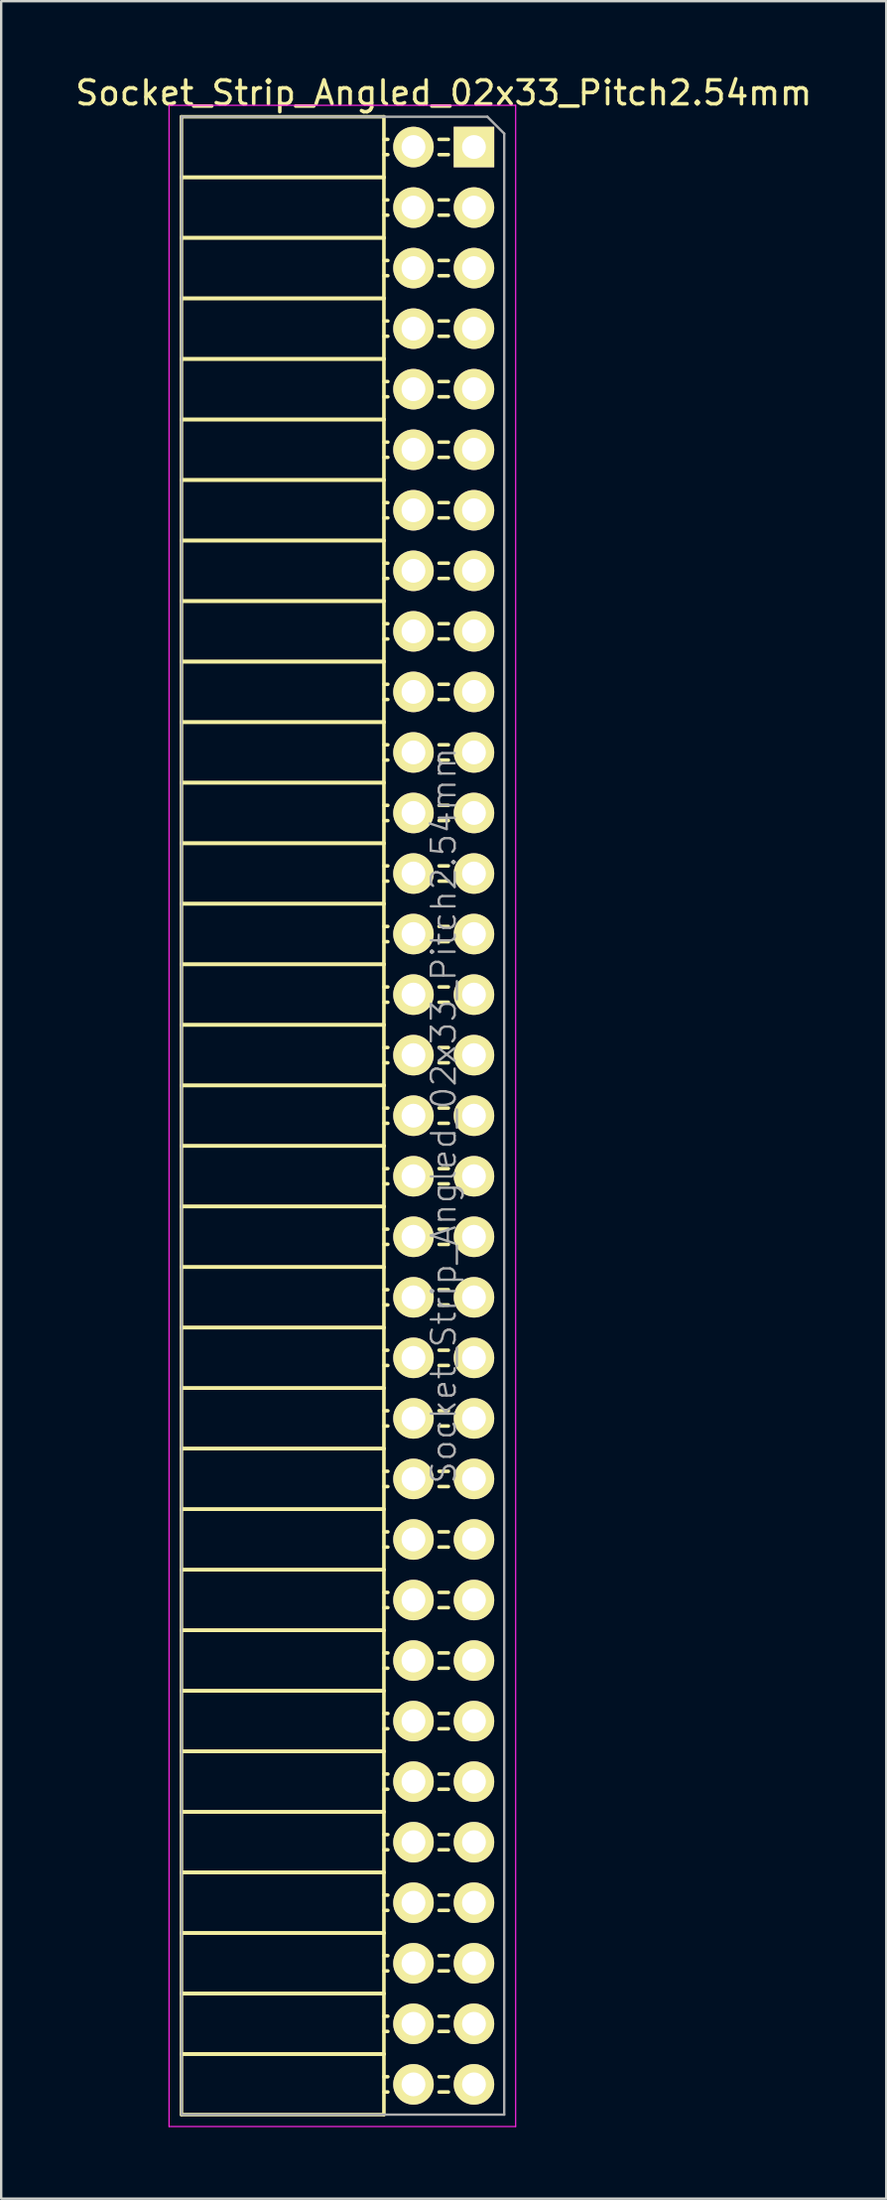
<source format=kicad_pcb>
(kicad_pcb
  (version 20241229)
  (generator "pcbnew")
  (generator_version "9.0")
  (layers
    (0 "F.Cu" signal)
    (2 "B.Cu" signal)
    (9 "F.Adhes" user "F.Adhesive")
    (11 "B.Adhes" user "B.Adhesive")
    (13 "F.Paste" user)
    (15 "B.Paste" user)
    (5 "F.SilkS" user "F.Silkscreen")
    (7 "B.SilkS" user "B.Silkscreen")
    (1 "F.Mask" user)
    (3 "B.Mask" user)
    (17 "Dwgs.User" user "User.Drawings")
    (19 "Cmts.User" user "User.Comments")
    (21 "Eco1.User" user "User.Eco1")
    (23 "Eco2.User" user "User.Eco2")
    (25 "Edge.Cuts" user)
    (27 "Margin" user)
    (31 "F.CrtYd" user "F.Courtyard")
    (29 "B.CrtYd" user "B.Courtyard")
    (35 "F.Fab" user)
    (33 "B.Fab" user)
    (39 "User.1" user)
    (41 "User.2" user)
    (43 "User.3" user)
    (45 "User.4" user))
  (footprint "Socket_Strip_Angled_02x33_Pitch2.54mm"
    (layer "F.Cu")
    (at 16.847 3.118)
    (property "Reference" "Socket_Strip_Angled_02x33_Pitch2.54mm" (at -1.27 -2.27 0) (layer "F.SilkS") (effects (font (size 1 1) (thickness 0.15))))
    (attr smd)
    (fp_line (start -12.28 -1.27) (end -12.28 1.27) (stroke (width 0.15) (type solid)) (layer "F.SilkS"))
    (fp_line (start -12.28 -1.27) (end -3.78 -1.27) (stroke (width 0.15) (type solid)) (layer "F.SilkS"))
    (fp_line (start -12.28 1.27) (end -12.28 3.81) (stroke (width 0.15) (type solid)) (layer "F.SilkS"))
    (fp_line (start -12.28 1.27) (end -3.78 1.27) (stroke (width 0.15) (type solid)) (layer "F.SilkS"))
    (fp_line (start -12.28 1.27) (end -3.78 1.27) (stroke (width 0.15) (type solid)) (layer "F.SilkS"))
    (fp_line (start -12.28 3.81) (end -12.28 6.35) (stroke (width 0.15) (type solid)) (layer "F.SilkS"))
    (fp_line (start -12.28 3.81) (end -3.78 3.81) (stroke (width 0.15) (type solid)) (layer "F.SilkS"))
    (fp_line (start -12.28 3.81) (end -3.78 3.81) (stroke (width 0.15) (type solid)) (layer "F.SilkS"))
    (fp_line (start -12.28 6.35) (end -12.28 8.89) (stroke (width 0.15) (type solid)) (layer "F.SilkS"))
    (fp_line (start -12.28 6.35) (end -3.78 6.35) (stroke (width 0.15) (type solid)) (layer "F.SilkS"))
    (fp_line (start -12.28 6.35) (end -3.78 6.35) (stroke (width 0.15) (type solid)) (layer "F.SilkS"))
    (fp_line (start -12.28 8.89) (end -12.28 11.43) (stroke (width 0.15) (type solid)) (layer "F.SilkS"))
    (fp_line (start -12.28 8.89) (end -3.78 8.89) (stroke (width 0.15) (type solid)) (layer "F.SilkS"))
    (fp_line (start -12.28 8.89) (end -3.78 8.89) (stroke (width 0.15) (type solid)) (layer "F.SilkS"))
    (fp_line (start -12.28 11.43) (end -12.28 13.97) (stroke (width 0.15) (type solid)) (layer "F.SilkS"))
    (fp_line (start -12.28 11.43) (end -3.78 11.43) (stroke (width 0.15) (type solid)) (layer "F.SilkS"))
    (fp_line (start -12.28 11.43) (end -3.78 11.43) (stroke (width 0.15) (type solid)) (layer "F.SilkS"))
    (fp_line (start -12.28 13.97) (end -12.28 16.51) (stroke (width 0.15) (type solid)) (layer "F.SilkS"))
    (fp_line (start -12.28 13.97) (end -3.78 13.97) (stroke (width 0.15) (type solid)) (layer "F.SilkS"))
    (fp_line (start -12.28 13.97) (end -3.78 13.97) (stroke (width 0.15) (type solid)) (layer "F.SilkS"))
    (fp_line (start -12.28 16.51) (end -12.28 19.05) (stroke (width 0.15) (type solid)) (layer "F.SilkS"))
    (fp_line (start -12.28 16.51) (end -3.78 16.51) (stroke (width 0.15) (type solid)) (layer "F.SilkS"))
    (fp_line (start -12.28 16.51) (end -3.78 16.51) (stroke (width 0.15) (type solid)) (layer "F.SilkS"))
    (fp_line (start -12.28 19.05) (end -12.28 21.59) (stroke (width 0.15) (type solid)) (layer "F.SilkS"))
    (fp_line (start -12.28 19.05) (end -3.78 19.05) (stroke (width 0.15) (type solid)) (layer "F.SilkS"))
    (fp_line (start -12.28 19.05) (end -3.78 19.05) (stroke (width 0.15) (type solid)) (layer "F.SilkS"))
    (fp_line (start -12.28 21.59) (end -12.28 24.13) (stroke (width 0.15) (type solid)) (layer "F.SilkS"))
    (fp_line (start -12.28 21.59) (end -3.78 21.59) (stroke (width 0.15) (type solid)) (layer "F.SilkS"))
    (fp_line (start -12.28 21.59) (end -3.78 21.59) (stroke (width 0.15) (type solid)) (layer "F.SilkS"))
    (fp_line (start -12.28 24.13) (end -12.28 26.67) (stroke (width 0.15) (type solid)) (layer "F.SilkS"))
    (fp_line (start -12.28 24.13) (end -3.78 24.13) (stroke (width 0.15) (type solid)) (layer "F.SilkS"))
    (fp_line (start -12.28 24.13) (end -3.78 24.13) (stroke (width 0.15) (type solid)) (layer "F.SilkS"))
    (fp_line (start -12.28 26.67) (end -12.28 29.21) (stroke (width 0.15) (type solid)) (layer "F.SilkS"))
    (fp_line (start -12.28 26.67) (end -3.78 26.67) (stroke (width 0.15) (type solid)) (layer "F.SilkS"))
    (fp_line (start -12.28 26.67) (end -3.78 26.67) (stroke (width 0.15) (type solid)) (layer "F.SilkS"))
    (fp_line (start -12.28 29.21) (end -12.28 31.75) (stroke (width 0.15) (type solid)) (layer "F.SilkS"))
    (fp_line (start -12.28 29.21) (end -3.78 29.21) (stroke (width 0.15) (type solid)) (layer "F.SilkS"))
    (fp_line (start -12.28 29.21) (end -3.78 29.21) (stroke (width 0.15) (type solid)) (layer "F.SilkS"))
    (fp_line (start -12.28 31.75) (end -12.28 34.29) (stroke (width 0.15) (type solid)) (layer "F.SilkS"))
    (fp_line (start -12.28 31.75) (end -3.78 31.75) (stroke (width 0.15) (type solid)) (layer "F.SilkS"))
    (fp_line (start -12.28 31.75) (end -3.78 31.75) (stroke (width 0.15) (type solid)) (layer "F.SilkS"))
    (fp_line (start -12.28 34.29) (end -12.28 36.83) (stroke (width 0.15) (type solid)) (layer "F.SilkS"))
    (fp_line (start -12.28 34.29) (end -3.78 34.29) (stroke (width 0.15) (type solid)) (layer "F.SilkS"))
    (fp_line (start -12.28 34.29) (end -3.78 34.29) (stroke (width 0.15) (type solid)) (layer "F.SilkS"))
    (fp_line (start -12.28 36.83) (end -12.28 39.37) (stroke (width 0.15) (type solid)) (layer "F.SilkS"))
    (fp_line (start -12.28 36.83) (end -3.78 36.83) (stroke (width 0.15) (type solid)) (layer "F.SilkS"))
    (fp_line (start -12.28 36.83) (end -3.78 36.83) (stroke (width 0.15) (type solid)) (layer "F.SilkS"))
    (fp_line (start -12.28 39.37) (end -12.28 41.91) (stroke (width 0.15) (type solid)) (layer "F.SilkS"))
    (fp_line (start -12.28 39.37) (end -3.78 39.37) (stroke (width 0.15) (type solid)) (layer "F.SilkS"))
    (fp_line (start -12.28 39.37) (end -3.78 39.37) (stroke (width 0.15) (type solid)) (layer "F.SilkS"))
    (fp_line (start -12.28 41.91) (end -12.28 44.45) (stroke (width 0.15) (type solid)) (layer "F.SilkS"))
    (fp_line (start -12.28 41.91) (end -3.78 41.91) (stroke (width 0.15) (type solid)) (layer "F.SilkS"))
    (fp_line (start -12.28 41.91) (end -3.78 41.91) (stroke (width 0.15) (type solid)) (layer "F.SilkS"))
    (fp_line (start -12.28 44.45) (end -12.28 46.99) (stroke (width 0.15) (type solid)) (layer "F.SilkS"))
    (fp_line (start -12.28 44.45) (end -3.78 44.45) (stroke (width 0.15) (type solid)) (layer "F.SilkS"))
    (fp_line (start -12.28 44.45) (end -3.78 44.45) (stroke (width 0.15) (type solid)) (layer "F.SilkS"))
    (fp_line (start -12.28 46.99) (end -12.28 49.53) (stroke (width 0.15) (type solid)) (layer "F.SilkS"))
    (fp_line (start -12.28 46.99) (end -3.78 46.99) (stroke (width 0.15) (type solid)) (layer "F.SilkS"))
    (fp_line (start -12.28 46.99) (end -3.78 46.99) (stroke (width 0.15) (type solid)) (layer "F.SilkS"))
    (fp_line (start -12.28 49.53) (end -12.28 52.07) (stroke (width 0.15) (type solid)) (layer "F.SilkS"))
    (fp_line (start -12.28 49.53) (end -3.78 49.53) (stroke (width 0.15) (type solid)) (layer "F.SilkS"))
    (fp_line (start -12.28 49.53) (end -3.78 49.53) (stroke (width 0.15) (type solid)) (layer "F.SilkS"))
    (fp_line (start -12.28 52.07) (end -12.28 54.61) (stroke (width 0.15) (type solid)) (layer "F.SilkS"))
    (fp_line (start -12.28 52.07) (end -3.78 52.07) (stroke (width 0.15) (type solid)) (layer "F.SilkS"))
    (fp_line (start -12.28 52.07) (end -3.78 52.07) (stroke (width 0.15) (type solid)) (layer "F.SilkS"))
    (fp_line (start -12.28 54.61) (end -12.28 57.15) (stroke (width 0.15) (type solid)) (layer "F.SilkS"))
    (fp_line (start -12.28 54.61) (end -3.78 54.61) (stroke (width 0.15) (type solid)) (layer "F.SilkS"))
    (fp_line (start -12.28 54.61) (end -3.78 54.61) (stroke (width 0.15) (type solid)) (layer "F.SilkS"))
    (fp_line (start -12.28 57.15) (end -12.28 59.69) (stroke (width 0.15) (type solid)) (layer "F.SilkS"))
    (fp_line (start -12.28 57.15) (end -3.78 57.15) (stroke (width 0.15) (type solid)) (layer "F.SilkS"))
    (fp_line (start -12.28 57.15) (end -3.78 57.15) (stroke (width 0.15) (type solid)) (layer "F.SilkS"))
    (fp_line (start -12.28 59.69) (end -12.28 62.23) (stroke (width 0.15) (type solid)) (layer "F.SilkS"))
    (fp_line (start -12.28 59.69) (end -3.78 59.69) (stroke (width 0.15) (type solid)) (layer "F.SilkS"))
    (fp_line (start -12.28 59.69) (end -3.78 59.69) (stroke (width 0.15) (type solid)) (layer "F.SilkS"))
    (fp_line (start -12.28 62.23) (end -12.28 64.77) (stroke (width 0.15) (type solid)) (layer "F.SilkS"))
    (fp_line (start -12.28 62.23) (end -3.78 62.23) (stroke (width 0.15) (type solid)) (layer "F.SilkS"))
    (fp_line (start -12.28 62.23) (end -3.78 62.23) (stroke (width 0.15) (type solid)) (layer "F.SilkS"))
    (fp_line (start -12.28 64.77) (end -12.28 67.31) (stroke (width 0.15) (type solid)) (layer "F.SilkS"))
    (fp_line (start -12.28 64.77) (end -3.78 64.77) (stroke (width 0.15) (type solid)) (layer "F.SilkS"))
    (fp_line (start -12.28 64.77) (end -3.78 64.77) (stroke (width 0.15) (type solid)) (layer "F.SilkS"))
    (fp_line (start -12.28 67.31) (end -12.28 69.85) (stroke (width 0.15) (type solid)) (layer "F.SilkS"))
    (fp_line (start -12.28 67.31) (end -3.78 67.31) (stroke (width 0.15) (type solid)) (layer "F.SilkS"))
    (fp_line (start -12.28 67.31) (end -3.78 67.31) (stroke (width 0.15) (type solid)) (layer "F.SilkS"))
    (fp_line (start -12.28 69.85) (end -12.28 72.39) (stroke (width 0.15) (type solid)) (layer "F.SilkS"))
    (fp_line (start -12.28 69.85) (end -3.78 69.85) (stroke (width 0.15) (type solid)) (layer "F.SilkS"))
    (fp_line (start -12.28 69.85) (end -3.78 69.85) (stroke (width 0.15) (type solid)) (layer "F.SilkS"))
    (fp_line (start -12.28 72.39) (end -12.28 74.93) (stroke (width 0.15) (type solid)) (layer "F.SilkS"))
    (fp_line (start -12.28 72.39) (end -3.78 72.39) (stroke (width 0.15) (type solid)) (layer "F.SilkS"))
    (fp_line (start -12.28 72.39) (end -3.78 72.39) (stroke (width 0.15) (type solid)) (layer "F.SilkS"))
    (fp_line (start -12.28 74.93) (end -12.28 77.47) (stroke (width 0.15) (type solid)) (layer "F.SilkS"))
    (fp_line (start -12.28 74.93) (end -3.78 74.93) (stroke (width 0.15) (type solid)) (layer "F.SilkS"))
    (fp_line (start -12.28 74.93) (end -3.78 74.93) (stroke (width 0.15) (type solid)) (layer "F.SilkS"))
    (fp_line (start -12.28 77.47) (end -12.28 80.01) (stroke (width 0.15) (type solid)) (layer "F.SilkS"))
    (fp_line (start -12.28 77.47) (end -3.78 77.47) (stroke (width 0.15) (type solid)) (layer "F.SilkS"))
    (fp_line (start -12.28 77.47) (end -3.78 77.47) (stroke (width 0.15) (type solid)) (layer "F.SilkS"))
    (fp_line (start -12.28 80.01) (end -12.28 82.55) (stroke (width 0.15) (type solid)) (layer "F.SilkS"))
    (fp_line (start -12.28 80.01) (end -3.78 80.01) (stroke (width 0.15) (type solid)) (layer "F.SilkS"))
    (fp_line (start -12.28 80.01) (end -3.78 80.01) (stroke (width 0.15) (type solid)) (layer "F.SilkS"))
    (fp_line (start -12.28 82.55) (end -3.78 82.55) (stroke (width 0.15) (type solid)) (layer "F.SilkS"))
    (fp_line (start -3.78 -1.27) (end -3.78 1.27) (stroke (width 0.15) (type solid)) (layer "F.SilkS"))
    (fp_line (start -3.78 -0.32) (end -3.615 -0.32) (stroke (width 0.15) (type solid)) (layer "F.SilkS"))
    (fp_line (start -3.78 0.32) (end -3.615 0.32) (stroke (width 0.15) (type solid)) (layer "F.SilkS"))
    (fp_line (start -3.78 1.27) (end -3.78 3.81) (stroke (width 0.15) (type solid)) (layer "F.SilkS"))
    (fp_line (start -3.78 2.22) (end -3.615 2.22) (stroke (width 0.15) (type solid)) (layer "F.SilkS"))
    (fp_line (start -3.78 2.86) (end -3.615 2.86) (stroke (width 0.15) (type solid)) (layer "F.SilkS"))
    (fp_line (start -3.78 3.81) (end -3.78 6.35) (stroke (width 0.15) (type solid)) (layer "F.SilkS"))
    (fp_line (start -3.78 4.76) (end -3.615 4.76) (stroke (width 0.15) (type solid)) (layer "F.SilkS"))
    (fp_line (start -3.78 5.4) (end -3.615 5.4) (stroke (width 0.15) (type solid)) (layer "F.SilkS"))
    (fp_line (start -3.78 6.35) (end -3.78 8.89) (stroke (width 0.15) (type solid)) (layer "F.SilkS"))
    (fp_line (start -3.78 7.3) (end -3.615 7.3) (stroke (width 0.15) (type solid)) (layer "F.SilkS"))
    (fp_line (start -3.78 7.94) (end -3.615 7.94) (stroke (width 0.15) (type solid)) (layer "F.SilkS"))
    (fp_line (start -3.78 8.89) (end -3.78 11.43) (stroke (width 0.15) (type solid)) (layer "F.SilkS"))
    (fp_line (start -3.78 9.84) (end -3.615 9.84) (stroke (width 0.15) (type solid)) (layer "F.SilkS"))
    (fp_line (start -3.78 10.48) (end -3.615 10.48) (stroke (width 0.15) (type solid)) (layer "F.SilkS"))
    (fp_line (start -3.78 11.43) (end -3.78 13.97) (stroke (width 0.15) (type solid)) (layer "F.SilkS"))
    (fp_line (start -3.78 12.38) (end -3.615 12.38) (stroke (width 0.15) (type solid)) (layer "F.SilkS"))
    (fp_line (start -3.78 13.02) (end -3.615 13.02) (stroke (width 0.15) (type solid)) (layer "F.SilkS"))
    (fp_line (start -3.78 13.97) (end -3.78 16.51) (stroke (width 0.15) (type solid)) (layer "F.SilkS"))
    (fp_line (start -3.78 14.92) (end -3.615 14.92) (stroke (width 0.15) (type solid)) (layer "F.SilkS"))
    (fp_line (start -3.78 15.56) (end -3.615 15.56) (stroke (width 0.15) (type solid)) (layer "F.SilkS"))
    (fp_line (start -3.78 16.51) (end -3.78 19.05) (stroke (width 0.15) (type solid)) (layer "F.SilkS"))
    (fp_line (start -3.78 17.46) (end -3.615 17.46) (stroke (width 0.15) (type solid)) (layer "F.SilkS"))
    (fp_line (start -3.78 18.1) (end -3.615 18.1) (stroke (width 0.15) (type solid)) (layer "F.SilkS"))
    (fp_line (start -3.78 19.05) (end -3.78 21.59) (stroke (width 0.15) (type solid)) (layer "F.SilkS"))
    (fp_line (start -3.78 20) (end -3.615 20) (stroke (width 0.15) (type solid)) (layer "F.SilkS"))
    (fp_line (start -3.78 20.64) (end -3.615 20.64) (stroke (width 0.15) (type solid)) (layer "F.SilkS"))
    (fp_line (start -3.78 21.59) (end -3.78 24.13) (stroke (width 0.15) (type solid)) (layer "F.SilkS"))
    (fp_line (start -3.78 22.54) (end -3.615 22.54) (stroke (width 0.15) (type solid)) (layer "F.SilkS"))
    (fp_line (start -3.78 23.18) (end -3.615 23.18) (stroke (width 0.15) (type solid)) (layer "F.SilkS"))
    (fp_line (start -3.78 24.13) (end -3.78 26.67) (stroke (width 0.15) (type solid)) (layer "F.SilkS"))
    (fp_line (start -3.78 25.08) (end -3.615 25.08) (stroke (width 0.15) (type solid)) (layer "F.SilkS"))
    (fp_line (start -3.78 25.72) (end -3.615 25.72) (stroke (width 0.15) (type solid)) (layer "F.SilkS"))
    (fp_line (start -3.78 26.67) (end -3.78 29.21) (stroke (width 0.15) (type solid)) (layer "F.SilkS"))
    (fp_line (start -3.78 27.62) (end -3.615 27.62) (stroke (width 0.15) (type solid)) (layer "F.SilkS"))
    (fp_line (start -3.78 28.26) (end -3.615 28.26) (stroke (width 0.15) (type solid)) (layer "F.SilkS"))
    (fp_line (start -3.78 29.21) (end -3.78 31.75) (stroke (width 0.15) (type solid)) (layer "F.SilkS"))
    (fp_line (start -3.78 30.16) (end -3.615 30.16) (stroke (width 0.15) (type solid)) (layer "F.SilkS"))
    (fp_line (start -3.78 30.8) (end -3.615 30.8) (stroke (width 0.15) (type solid)) (layer "F.SilkS"))
    (fp_line (start -3.78 31.75) (end -3.78 34.29) (stroke (width 0.15) (type solid)) (layer "F.SilkS"))
    (fp_line (start -3.78 32.7) (end -3.615 32.7) (stroke (width 0.15) (type solid)) (layer "F.SilkS"))
    (fp_line (start -3.78 33.34) (end -3.615 33.34) (stroke (width 0.15) (type solid)) (layer "F.SilkS"))
    (fp_line (start -3.78 34.29) (end -3.78 36.83) (stroke (width 0.15) (type solid)) (layer "F.SilkS"))
    (fp_line (start -3.78 35.24) (end -3.615 35.24) (stroke (width 0.15) (type solid)) (layer "F.SilkS"))
    (fp_line (start -3.78 35.88) (end -3.615 35.88) (stroke (width 0.15) (type solid)) (layer "F.SilkS"))
    (fp_line (start -3.78 36.83) (end -3.78 39.37) (stroke (width 0.15) (type solid)) (layer "F.SilkS"))
    (fp_line (start -3.78 37.78) (end -3.615 37.78) (stroke (width 0.15) (type solid)) (layer "F.SilkS"))
    (fp_line (start -3.78 38.42) (end -3.615 38.42) (stroke (width 0.15) (type solid)) (layer "F.SilkS"))
    (fp_line (start -3.78 39.37) (end -3.78 41.91) (stroke (width 0.15) (type solid)) (layer "F.SilkS"))
    (fp_line (start -3.78 40.32) (end -3.615 40.32) (stroke (width 0.15) (type solid)) (layer "F.SilkS"))
    (fp_line (start -3.78 40.96) (end -3.615 40.96) (stroke (width 0.15) (type solid)) (layer "F.SilkS"))
    (fp_line (start -3.78 41.91) (end -3.78 44.45) (stroke (width 0.15) (type solid)) (layer "F.SilkS"))
    (fp_line (start -3.78 42.86) (end -3.615 42.86) (stroke (width 0.15) (type solid)) (layer "F.SilkS"))
    (fp_line (start -3.78 43.5) (end -3.615 43.5) (stroke (width 0.15) (type solid)) (layer "F.SilkS"))
    (fp_line (start -3.78 44.45) (end -3.78 46.99) (stroke (width 0.15) (type solid)) (layer "F.SilkS"))
    (fp_line (start -3.78 45.4) (end -3.615 45.4) (stroke (width 0.15) (type solid)) (layer "F.SilkS"))
    (fp_line (start -3.78 46.04) (end -3.615 46.04) (stroke (width 0.15) (type solid)) (layer "F.SilkS"))
    (fp_line (start -3.78 46.99) (end -3.78 49.53) (stroke (width 0.15) (type solid)) (layer "F.SilkS"))
    (fp_line (start -3.78 47.94) (end -3.615 47.94) (stroke (width 0.15) (type solid)) (layer "F.SilkS"))
    (fp_line (start -3.78 48.58) (end -3.615 48.58) (stroke (width 0.15) (type solid)) (layer "F.SilkS"))
    (fp_line (start -3.78 49.53) (end -3.78 52.07) (stroke (width 0.15) (type solid)) (layer "F.SilkS"))
    (fp_line (start -3.78 50.48) (end -3.615 50.48) (stroke (width 0.15) (type solid)) (layer "F.SilkS"))
    (fp_line (start -3.78 51.12) (end -3.615 51.12) (stroke (width 0.15) (type solid)) (layer "F.SilkS"))
    (fp_line (start -3.78 52.07) (end -3.78 54.61) (stroke (width 0.15) (type solid)) (layer "F.SilkS"))
    (fp_line (start -3.78 53.02) (end -3.615 53.02) (stroke (width 0.15) (type solid)) (layer "F.SilkS"))
    (fp_line (start -3.78 53.66) (end -3.615 53.66) (stroke (width 0.15) (type solid)) (layer "F.SilkS"))
    (fp_line (start -3.78 54.61) (end -3.78 57.15) (stroke (width 0.15) (type solid)) (layer "F.SilkS"))
    (fp_line (start -3.78 55.56) (end -3.615 55.56) (stroke (width 0.15) (type solid)) (layer "F.SilkS"))
    (fp_line (start -3.78 56.2) (end -3.615 56.2) (stroke (width 0.15) (type solid)) (layer "F.SilkS"))
    (fp_line (start -3.78 57.15) (end -3.78 59.69) (stroke (width 0.15) (type solid)) (layer "F.SilkS"))
    (fp_line (start -3.78 58.1) (end -3.615 58.1) (stroke (width 0.15) (type solid)) (layer "F.SilkS"))
    (fp_line (start -3.78 58.74) (end -3.615 58.74) (stroke (width 0.15) (type solid)) (layer "F.SilkS"))
    (fp_line (start -3.78 59.69) (end -3.78 62.23) (stroke (width 0.15) (type solid)) (layer "F.SilkS"))
    (fp_line (start -3.78 60.64) (end -3.615 60.64) (stroke (width 0.15) (type solid)) (layer "F.SilkS"))
    (fp_line (start -3.78 61.28) (end -3.615 61.28) (stroke (width 0.15) (type solid)) (layer "F.SilkS"))
    (fp_line (start -3.78 62.23) (end -3.78 64.77) (stroke (width 0.15) (type solid)) (layer "F.SilkS"))
    (fp_line (start -3.78 63.18) (end -3.615 63.18) (stroke (width 0.15) (type solid)) (layer "F.SilkS"))
    (fp_line (start -3.78 63.82) (end -3.615 63.82) (stroke (width 0.15) (type solid)) (layer "F.SilkS"))
    (fp_line (start -3.78 64.77) (end -3.78 67.31) (stroke (width 0.15) (type solid)) (layer "F.SilkS"))
    (fp_line (start -3.78 65.72) (end -3.615 65.72) (stroke (width 0.15) (type solid)) (layer "F.SilkS"))
    (fp_line (start -3.78 66.36) (end -3.615 66.36) (stroke (width 0.15) (type solid)) (layer "F.SilkS"))
    (fp_line (start -3.78 67.31) (end -3.78 69.85) (stroke (width 0.15) (type solid)) (layer "F.SilkS"))
    (fp_line (start -3.78 68.26) (end -3.615 68.26) (stroke (width 0.15) (type solid)) (layer "F.SilkS"))
    (fp_line (start -3.78 68.9) (end -3.615 68.9) (stroke (width 0.15) (type solid)) (layer "F.SilkS"))
    (fp_line (start -3.78 69.85) (end -3.78 72.39) (stroke (width 0.15) (type solid)) (layer "F.SilkS"))
    (fp_line (start -3.78 70.8) (end -3.615 70.8) (stroke (width 0.15) (type solid)) (layer "F.SilkS"))
    (fp_line (start -3.78 71.44) (end -3.615 71.44) (stroke (width 0.15) (type solid)) (layer "F.SilkS"))
    (fp_line (start -3.78 72.39) (end -3.78 74.93) (stroke (width 0.15) (type solid)) (layer "F.SilkS"))
    (fp_line (start -3.78 73.34) (end -3.615 73.34) (stroke (width 0.15) (type solid)) (layer "F.SilkS"))
    (fp_line (start -3.78 73.98) (end -3.615 73.98) (stroke (width 0.15) (type solid)) (layer "F.SilkS"))
    (fp_line (start -3.78 74.93) (end -3.78 77.47) (stroke (width 0.15) (type solid)) (layer "F.SilkS"))
    (fp_line (start -3.78 75.88) (end -3.615 75.88) (stroke (width 0.15) (type solid)) (layer "F.SilkS"))
    (fp_line (start -3.78 76.52) (end -3.615 76.52) (stroke (width 0.15) (type solid)) (layer "F.SilkS"))
    (fp_line (start -3.78 77.47) (end -3.78 80.01) (stroke (width 0.15) (type solid)) (layer "F.SilkS"))
    (fp_line (start -3.78 78.42) (end -3.615 78.42) (stroke (width 0.15) (type solid)) (layer "F.SilkS"))
    (fp_line (start -3.78 79.06) (end -3.615 79.06) (stroke (width 0.15) (type solid)) (layer "F.SilkS"))
    (fp_line (start -3.78 80.01) (end -3.78 82.55) (stroke (width 0.15) (type solid)) (layer "F.SilkS"))
    (fp_line (start -3.78 80.96) (end -3.615 80.96) (stroke (width 0.15) (type solid)) (layer "F.SilkS"))
    (fp_line (start -3.78 81.6) (end -3.615 81.6) (stroke (width 0.15) (type solid)) (layer "F.SilkS"))
    (fp_line (start -1.075 -0.32) (end -1.465 -0.32) (stroke (width 0.15) (type solid)) (layer "F.SilkS"))
    (fp_line (start -1.075 0.32) (end -1.465 0.32) (stroke (width 0.15) (type solid)) (layer "F.SilkS"))
    (fp_line (start -1.075 2.22) (end -1.465 2.22) (stroke (width 0.15) (type solid)) (layer "F.SilkS"))
    (fp_line (start -1.075 2.86) (end -1.465 2.86) (stroke (width 0.15) (type solid)) (layer "F.SilkS"))
    (fp_line (start -1.075 4.76) (end -1.465 4.76) (stroke (width 0.15) (type solid)) (layer "F.SilkS"))
    (fp_line (start -1.075 5.4) (end -1.465 5.4) (stroke (width 0.15) (type solid)) (layer "F.SilkS"))
    (fp_line (start -1.075 7.3) (end -1.465 7.3) (stroke (width 0.15) (type solid)) (layer "F.SilkS"))
    (fp_line (start -1.075 7.94) (end -1.465 7.94) (stroke (width 0.15) (type solid)) (layer "F.SilkS"))
    (fp_line (start -1.075 9.84) (end -1.465 9.84) (stroke (width 0.15) (type solid)) (layer "F.SilkS"))
    (fp_line (start -1.075 10.48) (end -1.465 10.48) (stroke (width 0.15) (type solid)) (layer "F.SilkS"))
    (fp_line (start -1.075 12.38) (end -1.465 12.38) (stroke (width 0.15) (type solid)) (layer "F.SilkS"))
    (fp_line (start -1.075 13.02) (end -1.465 13.02) (stroke (width 0.15) (type solid)) (layer "F.SilkS"))
    (fp_line (start -1.075 14.92) (end -1.465 14.92) (stroke (width 0.15) (type solid)) (layer "F.SilkS"))
    (fp_line (start -1.075 15.56) (end -1.465 15.56) (stroke (width 0.15) (type solid)) (layer "F.SilkS"))
    (fp_line (start -1.075 17.46) (end -1.465 17.46) (stroke (width 0.15) (type solid)) (layer "F.SilkS"))
    (fp_line (start -1.075 18.1) (end -1.465 18.1) (stroke (width 0.15) (type solid)) (layer "F.SilkS"))
    (fp_line (start -1.075 20) (end -1.465 20) (stroke (width 0.15) (type solid)) (layer "F.SilkS"))
    (fp_line (start -1.075 20.64) (end -1.465 20.64) (stroke (width 0.15) (type solid)) (layer "F.SilkS"))
    (fp_line (start -1.075 22.54) (end -1.465 22.54) (stroke (width 0.15) (type solid)) (layer "F.SilkS"))
    (fp_line (start -1.075 23.18) (end -1.465 23.18) (stroke (width 0.15) (type solid)) (layer "F.SilkS"))
    (fp_line (start -1.075 25.08) (end -1.465 25.08) (stroke (width 0.15) (type solid)) (layer "F.SilkS"))
    (fp_line (start -1.075 25.72) (end -1.465 25.72) (stroke (width 0.15) (type solid)) (layer "F.SilkS"))
    (fp_line (start -1.075 27.62) (end -1.465 27.62) (stroke (width 0.15) (type solid)) (layer "F.SilkS"))
    (fp_line (start -1.075 28.26) (end -1.465 28.26) (stroke (width 0.15) (type solid)) (layer "F.SilkS"))
    (fp_line (start -1.075 30.16) (end -1.465 30.16) (stroke (width 0.15) (type solid)) (layer "F.SilkS"))
    (fp_line (start -1.075 30.8) (end -1.465 30.8) (stroke (width 0.15) (type solid)) (layer "F.SilkS"))
    (fp_line (start -1.075 32.7) (end -1.465 32.7) (stroke (width 0.15) (type solid)) (layer "F.SilkS"))
    (fp_line (start -1.075 33.34) (end -1.465 33.34) (stroke (width 0.15) (type solid)) (layer "F.SilkS"))
    (fp_line (start -1.075 35.24) (end -1.465 35.24) (stroke (width 0.15) (type solid)) (layer "F.SilkS"))
    (fp_line (start -1.075 35.88) (end -1.465 35.88) (stroke (width 0.15) (type solid)) (layer "F.SilkS"))
    (fp_line (start -1.075 37.78) (end -1.465 37.78) (stroke (width 0.15) (type solid)) (layer "F.SilkS"))
    (fp_line (start -1.075 38.42) (end -1.465 38.42) (stroke (width 0.15) (type solid)) (layer "F.SilkS"))
    (fp_line (start -1.075 40.32) (end -1.465 40.32) (stroke (width 0.15) (type solid)) (layer "F.SilkS"))
    (fp_line (start -1.075 40.96) (end -1.465 40.96) (stroke (width 0.15) (type solid)) (layer "F.SilkS"))
    (fp_line (start -1.075 42.86) (end -1.465 42.86) (stroke (width 0.15) (type solid)) (layer "F.SilkS"))
    (fp_line (start -1.075 43.5) (end -1.465 43.5) (stroke (width 0.15) (type solid)) (layer "F.SilkS"))
    (fp_line (start -1.075 45.4) (end -1.465 45.4) (stroke (width 0.15) (type solid)) (layer "F.SilkS"))
    (fp_line (start -1.075 46.04) (end -1.465 46.04) (stroke (width 0.15) (type solid)) (layer "F.SilkS"))
    (fp_line (start -1.075 47.94) (end -1.465 47.94) (stroke (width 0.15) (type solid)) (layer "F.SilkS"))
    (fp_line (start -1.075 48.58) (end -1.465 48.58) (stroke (width 0.15) (type solid)) (layer "F.SilkS"))
    (fp_line (start -1.075 50.48) (end -1.465 50.48) (stroke (width 0.15) (type solid)) (layer "F.SilkS"))
    (fp_line (start -1.075 51.12) (end -1.465 51.12) (stroke (width 0.15) (type solid)) (layer "F.SilkS"))
    (fp_line (start -1.075 53.02) (end -1.465 53.02) (stroke (width 0.15) (type solid)) (layer "F.SilkS"))
    (fp_line (start -1.075 53.66) (end -1.465 53.66) (stroke (width 0.15) (type solid)) (layer "F.SilkS"))
    (fp_line (start -1.075 55.56) (end -1.465 55.56) (stroke (width 0.15) (type solid)) (layer "F.SilkS"))
    (fp_line (start -1.075 56.2) (end -1.465 56.2) (stroke (width 0.15) (type solid)) (layer "F.SilkS"))
    (fp_line (start -1.075 58.1) (end -1.465 58.1) (stroke (width 0.15) (type solid)) (layer "F.SilkS"))
    (fp_line (start -1.075 58.74) (end -1.465 58.74) (stroke (width 0.15) (type solid)) (layer "F.SilkS"))
    (fp_line (start -1.075 60.64) (end -1.465 60.64) (stroke (width 0.15) (type solid)) (layer "F.SilkS"))
    (fp_line (start -1.075 61.28) (end -1.465 61.28) (stroke (width 0.15) (type solid)) (layer "F.SilkS"))
    (fp_line (start -1.075 63.18) (end -1.465 63.18) (stroke (width 0.15) (type solid)) (layer "F.SilkS"))
    (fp_line (start -1.075 63.82) (end -1.465 63.82) (stroke (width 0.15) (type solid)) (layer "F.SilkS"))
    (fp_line (start -1.075 65.72) (end -1.465 65.72) (stroke (width 0.15) (type solid)) (layer "F.SilkS"))
    (fp_line (start -1.075 66.36) (end -1.465 66.36) (stroke (width 0.15) (type solid)) (layer "F.SilkS"))
    (fp_line (start -1.075 68.26) (end -1.465 68.26) (stroke (width 0.15) (type solid)) (layer "F.SilkS"))
    (fp_line (start -1.075 68.9) (end -1.465 68.9) (stroke (width 0.15) (type solid)) (layer "F.SilkS"))
    (fp_line (start -1.075 70.8) (end -1.465 70.8) (stroke (width 0.15) (type solid)) (layer "F.SilkS"))
    (fp_line (start -1.075 71.44) (end -1.465 71.44) (stroke (width 0.15) (type solid)) (layer "F.SilkS"))
    (fp_line (start -1.075 73.34) (end -1.465 73.34) (stroke (width 0.15) (type solid)) (layer "F.SilkS"))
    (fp_line (start -1.075 73.98) (end -1.465 73.98) (stroke (width 0.15) (type solid)) (layer "F.SilkS"))
    (fp_line (start -1.075 75.88) (end -1.465 75.88) (stroke (width 0.15) (type solid)) (layer "F.SilkS"))
    (fp_line (start -1.075 76.52) (end -1.465 76.52) (stroke (width 0.15) (type solid)) (layer "F.SilkS"))
    (fp_line (start -1.075 78.42) (end -1.465 78.42) (stroke (width 0.15) (type solid)) (layer "F.SilkS"))
    (fp_line (start -1.075 79.06) (end -1.465 79.06) (stroke (width 0.15) (type solid)) (layer "F.SilkS"))
    (fp_line (start -1.075 80.96) (end -1.465 80.96) (stroke (width 0.15) (type solid)) (layer "F.SilkS"))
    (fp_line (start -1.075 81.6) (end -1.465 81.6) (stroke (width 0.15) (type solid)) (layer "F.SilkS"))
    (fp_line (start -12.8 -1.75) (end 1.75 -1.75) (stroke (width 0.05) (type solid)) (layer "F.CrtYd"))
    (fp_line (start -12.8 83.05) (end -12.8 -1.75) (stroke (width 0.05) (type solid)) (layer "F.CrtYd"))
    (fp_line (start -12.8 83.05) (end 1.75 83.05) (stroke (width 0.05) (type solid)) (layer "F.CrtYd"))
    (fp_line (start 1.75 83.05) (end 1.75 -1.75) (stroke (width 0.05) (type solid)) (layer "F.CrtYd"))
    (fp_line (start -12.28 -1.27) (end 0.563 -1.27) (stroke (width 0.1) (type solid)) (layer "F.Fab"))
    (fp_line (start -12.28 82.55) (end -12.28 -1.27) (stroke (width 0.1) (type solid)) (layer "F.Fab"))
    (fp_line (start -12.28 82.55) (end 1.27 82.55) (stroke (width 0.1) (type solid)) (layer "F.Fab"))
    (fp_line (start 1.27 -0.563) (end 0.563 -1.27) (stroke (width 0.1) (type solid)) (layer "F.Fab"))
    (fp_line (start 1.27 82.55) (end 1.27 -0.563) (stroke (width 0.1) (type solid)) (layer "F.Fab"))
    (fp_text user "${REFERENCE}" (at -1.27 40.64 90) (layer "F.Fab") (effects (font (size 1 1) (thickness 0.1))))
    (pad "1" thru_hole rect (at 0 0) (size 1.7 1.7) (drill 1) (layers "*.Cu" "*.Mask" "F.SilkS"))
    (pad "2" thru_hole oval (at -2.54 0) (size 1.7 1.7) (drill 1) (layers "*.Cu" "*.Mask" "F.SilkS"))
    (pad "3" thru_hole oval (at 0 2.54) (size 1.7 1.7) (drill 1) (layers "*.Cu" "*.Mask" "F.SilkS"))
    (pad "4" thru_hole oval (at -2.54 2.54) (size 1.7 1.7) (drill 1) (layers "*.Cu" "*.Mask" "F.SilkS"))
    (pad "5" thru_hole oval (at 0 5.08) (size 1.7 1.7) (drill 1) (layers "*.Cu" "*.Mask" "F.SilkS"))
    (pad "6" thru_hole oval (at -2.54 5.08) (size 1.7 1.7) (drill 1) (layers "*.Cu" "*.Mask" "F.SilkS"))
    (pad "7" thru_hole oval (at 0 7.62) (size 1.7 1.7) (drill 1) (layers "*.Cu" "*.Mask" "F.SilkS"))
    (pad "8" thru_hole oval (at -2.54 7.62) (size 1.7 1.7) (drill 1) (layers "*.Cu" "*.Mask" "F.SilkS"))
    (pad "9" thru_hole oval (at 0 10.16) (size 1.7 1.7) (drill 1) (layers "*.Cu" "*.Mask" "F.SilkS"))
    (pad "10" thru_hole oval (at -2.54 10.16) (size 1.7 1.7) (drill 1) (layers "*.Cu" "*.Mask" "F.SilkS"))
    (pad "11" thru_hole oval (at 0 12.7) (size 1.7 1.7) (drill 1) (layers "*.Cu" "*.Mask" "F.SilkS"))
    (pad "12" thru_hole oval (at -2.54 12.7) (size 1.7 1.7) (drill 1) (layers "*.Cu" "*.Mask" "F.SilkS"))
    (pad "13" thru_hole oval (at 0 15.24) (size 1.7 1.7) (drill 1) (layers "*.Cu" "*.Mask" "F.SilkS"))
    (pad "14" thru_hole oval (at -2.54 15.24) (size 1.7 1.7) (drill 1) (layers "*.Cu" "*.Mask" "F.SilkS"))
    (pad "15" thru_hole oval (at 0 17.78) (size 1.7 1.7) (drill 1) (layers "*.Cu" "*.Mask" "F.SilkS"))
    (pad "16" thru_hole oval (at -2.54 17.78) (size 1.7 1.7) (drill 1) (layers "*.Cu" "*.Mask" "F.SilkS"))
    (pad "17" thru_hole oval (at 0 20.32) (size 1.7 1.7) (drill 1) (layers "*.Cu" "*.Mask" "F.SilkS"))
    (pad "18" thru_hole oval (at -2.54 20.32) (size 1.7 1.7) (drill 1) (layers "*.Cu" "*.Mask" "F.SilkS"))
    (pad "19" thru_hole oval (at 0 22.86) (size 1.7 1.7) (drill 1) (layers "*.Cu" "*.Mask" "F.SilkS"))
    (pad "20" thru_hole oval (at -2.54 22.86) (size 1.7 1.7) (drill 1) (layers "*.Cu" "*.Mask" "F.SilkS"))
    (pad "21" thru_hole oval (at 0 25.4) (size 1.7 1.7) (drill 1) (layers "*.Cu" "*.Mask" "F.SilkS"))
    (pad "22" thru_hole oval (at -2.54 25.4) (size 1.7 1.7) (drill 1) (layers "*.Cu" "*.Mask" "F.SilkS"))
    (pad "23" thru_hole oval (at 0 27.94) (size 1.7 1.7) (drill 1) (layers "*.Cu" "*.Mask" "F.SilkS"))
    (pad "24" thru_hole oval (at -2.54 27.94) (size 1.7 1.7) (drill 1) (layers "*.Cu" "*.Mask" "F.SilkS"))
    (pad "25" thru_hole oval (at 0 30.48) (size 1.7 1.7) (drill 1) (layers "*.Cu" "*.Mask" "F.SilkS"))
    (pad "26" thru_hole oval (at -2.54 30.48) (size 1.7 1.7) (drill 1) (layers "*.Cu" "*.Mask" "F.SilkS"))
    (pad "27" thru_hole oval (at 0 33.02) (size 1.7 1.7) (drill 1) (layers "*.Cu" "*.Mask" "F.SilkS"))
    (pad "28" thru_hole oval (at -2.54 33.02) (size 1.7 1.7) (drill 1) (layers "*.Cu" "*.Mask" "F.SilkS"))
    (pad "29" thru_hole oval (at 0 35.56) (size 1.7 1.7) (drill 1) (layers "*.Cu" "*.Mask" "F.SilkS"))
    (pad "30" thru_hole oval (at -2.54 35.56) (size 1.7 1.7) (drill 1) (layers "*.Cu" "*.Mask" "F.SilkS"))
    (pad "31" thru_hole oval (at 0 38.1) (size 1.7 1.7) (drill 1) (layers "*.Cu" "*.Mask" "F.SilkS"))
    (pad "32" thru_hole oval (at -2.54 38.1) (size 1.7 1.7) (drill 1) (layers "*.Cu" "*.Mask" "F.SilkS"))
    (pad "33" thru_hole oval (at 0 40.64) (size 1.7 1.7) (drill 1) (layers "*.Cu" "*.Mask" "F.SilkS"))
    (pad "34" thru_hole oval (at -2.54 40.64) (size 1.7 1.7) (drill 1) (layers "*.Cu" "*.Mask" "F.SilkS"))
    (pad "35" thru_hole oval (at 0 43.18) (size 1.7 1.7) (drill 1) (layers "*.Cu" "*.Mask" "F.SilkS"))
    (pad "36" thru_hole oval (at -2.54 43.18) (size 1.7 1.7) (drill 1) (layers "*.Cu" "*.Mask" "F.SilkS"))
    (pad "37" thru_hole oval (at 0 45.72) (size 1.7 1.7) (drill 1) (layers "*.Cu" "*.Mask" "F.SilkS"))
    (pad "38" thru_hole oval (at -2.54 45.72) (size 1.7 1.7) (drill 1) (layers "*.Cu" "*.Mask" "F.SilkS"))
    (pad "39" thru_hole oval (at 0 48.26) (size 1.7 1.7) (drill 1) (layers "*.Cu" "*.Mask" "F.SilkS"))
    (pad "40" thru_hole oval (at -2.54 48.26) (size 1.7 1.7) (drill 1) (layers "*.Cu" "*.Mask" "F.SilkS"))
    (pad "41" thru_hole oval (at 0 50.8) (size 1.7 1.7) (drill 1) (layers "*.Cu" "*.Mask" "F.SilkS"))
    (pad "42" thru_hole oval (at -2.54 50.8) (size 1.7 1.7) (drill 1) (layers "*.Cu" "*.Mask" "F.SilkS"))
    (pad "43" thru_hole oval (at 0 53.34) (size 1.7 1.7) (drill 1) (layers "*.Cu" "*.Mask" "F.SilkS"))
    (pad "44" thru_hole oval (at -2.54 53.34) (size 1.7 1.7) (drill 1) (layers "*.Cu" "*.Mask" "F.SilkS"))
    (pad "45" thru_hole oval (at 0 55.88) (size 1.7 1.7) (drill 1) (layers "*.Cu" "*.Mask" "F.SilkS"))
    (pad "46" thru_hole oval (at -2.54 55.88) (size 1.7 1.7) (drill 1) (layers "*.Cu" "*.Mask" "F.SilkS"))
    (pad "47" thru_hole oval (at 0 58.42) (size 1.7 1.7) (drill 1) (layers "*.Cu" "*.Mask" "F.SilkS"))
    (pad "48" thru_hole oval (at -2.54 58.42) (size 1.7 1.7) (drill 1) (layers "*.Cu" "*.Mask" "F.SilkS"))
    (pad "49" thru_hole oval (at 0 60.96) (size 1.7 1.7) (drill 1) (layers "*.Cu" "*.Mask" "F.SilkS"))
    (pad "50" thru_hole oval (at -2.54 60.96) (size 1.7 1.7) (drill 1) (layers "*.Cu" "*.Mask" "F.SilkS"))
    (pad "51" thru_hole oval (at 0 63.5) (size 1.7 1.7) (drill 1) (layers "*.Cu" "*.Mask" "F.SilkS"))
    (pad "52" thru_hole oval (at -2.54 63.5) (size 1.7 1.7) (drill 1) (layers "*.Cu" "*.Mask" "F.SilkS"))
    (pad "53" thru_hole oval (at 0 66.04) (size 1.7 1.7) (drill 1) (layers "*.Cu" "*.Mask" "F.SilkS"))
    (pad "54" thru_hole oval (at -2.54 66.04) (size 1.7 1.7) (drill 1) (layers "*.Cu" "*.Mask" "F.SilkS"))
    (pad "55" thru_hole oval (at 0 68.58) (size 1.7 1.7) (drill 1) (layers "*.Cu" "*.Mask" "F.SilkS"))
    (pad "56" thru_hole oval (at -2.54 68.58) (size 1.7 1.7) (drill 1) (layers "*.Cu" "*.Mask" "F.SilkS"))
    (pad "57" thru_hole oval (at 0 71.12) (size 1.7 1.7) (drill 1) (layers "*.Cu" "*.Mask" "F.SilkS"))
    (pad "58" thru_hole oval (at -2.54 71.12) (size 1.7 1.7) (drill 1) (layers "*.Cu" "*.Mask" "F.SilkS"))
    (pad "59" thru_hole oval (at 0 73.66) (size 1.7 1.7) (drill 1) (layers "*.Cu" "*.Mask" "F.SilkS"))
    (pad "60" thru_hole oval (at -2.54 73.66) (size 1.7 1.7) (drill 1) (layers "*.Cu" "*.Mask" "F.SilkS"))
    (pad "61" thru_hole oval (at 0 76.2) (size 1.7 1.7) (drill 1) (layers "*.Cu" "*.Mask" "F.SilkS"))
    (pad "62" thru_hole oval (at -2.54 76.2) (size 1.7 1.7) (drill 1) (layers "*.Cu" "*.Mask" "F.SilkS"))
    (pad "63" thru_hole oval (at 0 78.74) (size 1.7 1.7) (drill 1) (layers "*.Cu" "*.Mask" "F.SilkS"))
    (pad "64" thru_hole oval (at -2.54 78.74) (size 1.7 1.7) (drill 1) (layers "*.Cu" "*.Mask" "F.SilkS"))
    (pad "65" thru_hole oval (at 0 81.28) (size 1.7 1.7) (drill 1) (layers "*.Cu" "*.Mask" "F.SilkS"))
    (pad "66" thru_hole oval (at -2.54 81.28) (size 1.7 1.7) (drill 1) (layers "*.Cu" "*.Mask" "F.SilkS")))
  (gr_rect
    (start -3 -3)
    (end 34.155 89.193)
    (stroke (width 0.1) (type default))
    (fill no)
    (layer "Edge.Cuts")))
</source>
